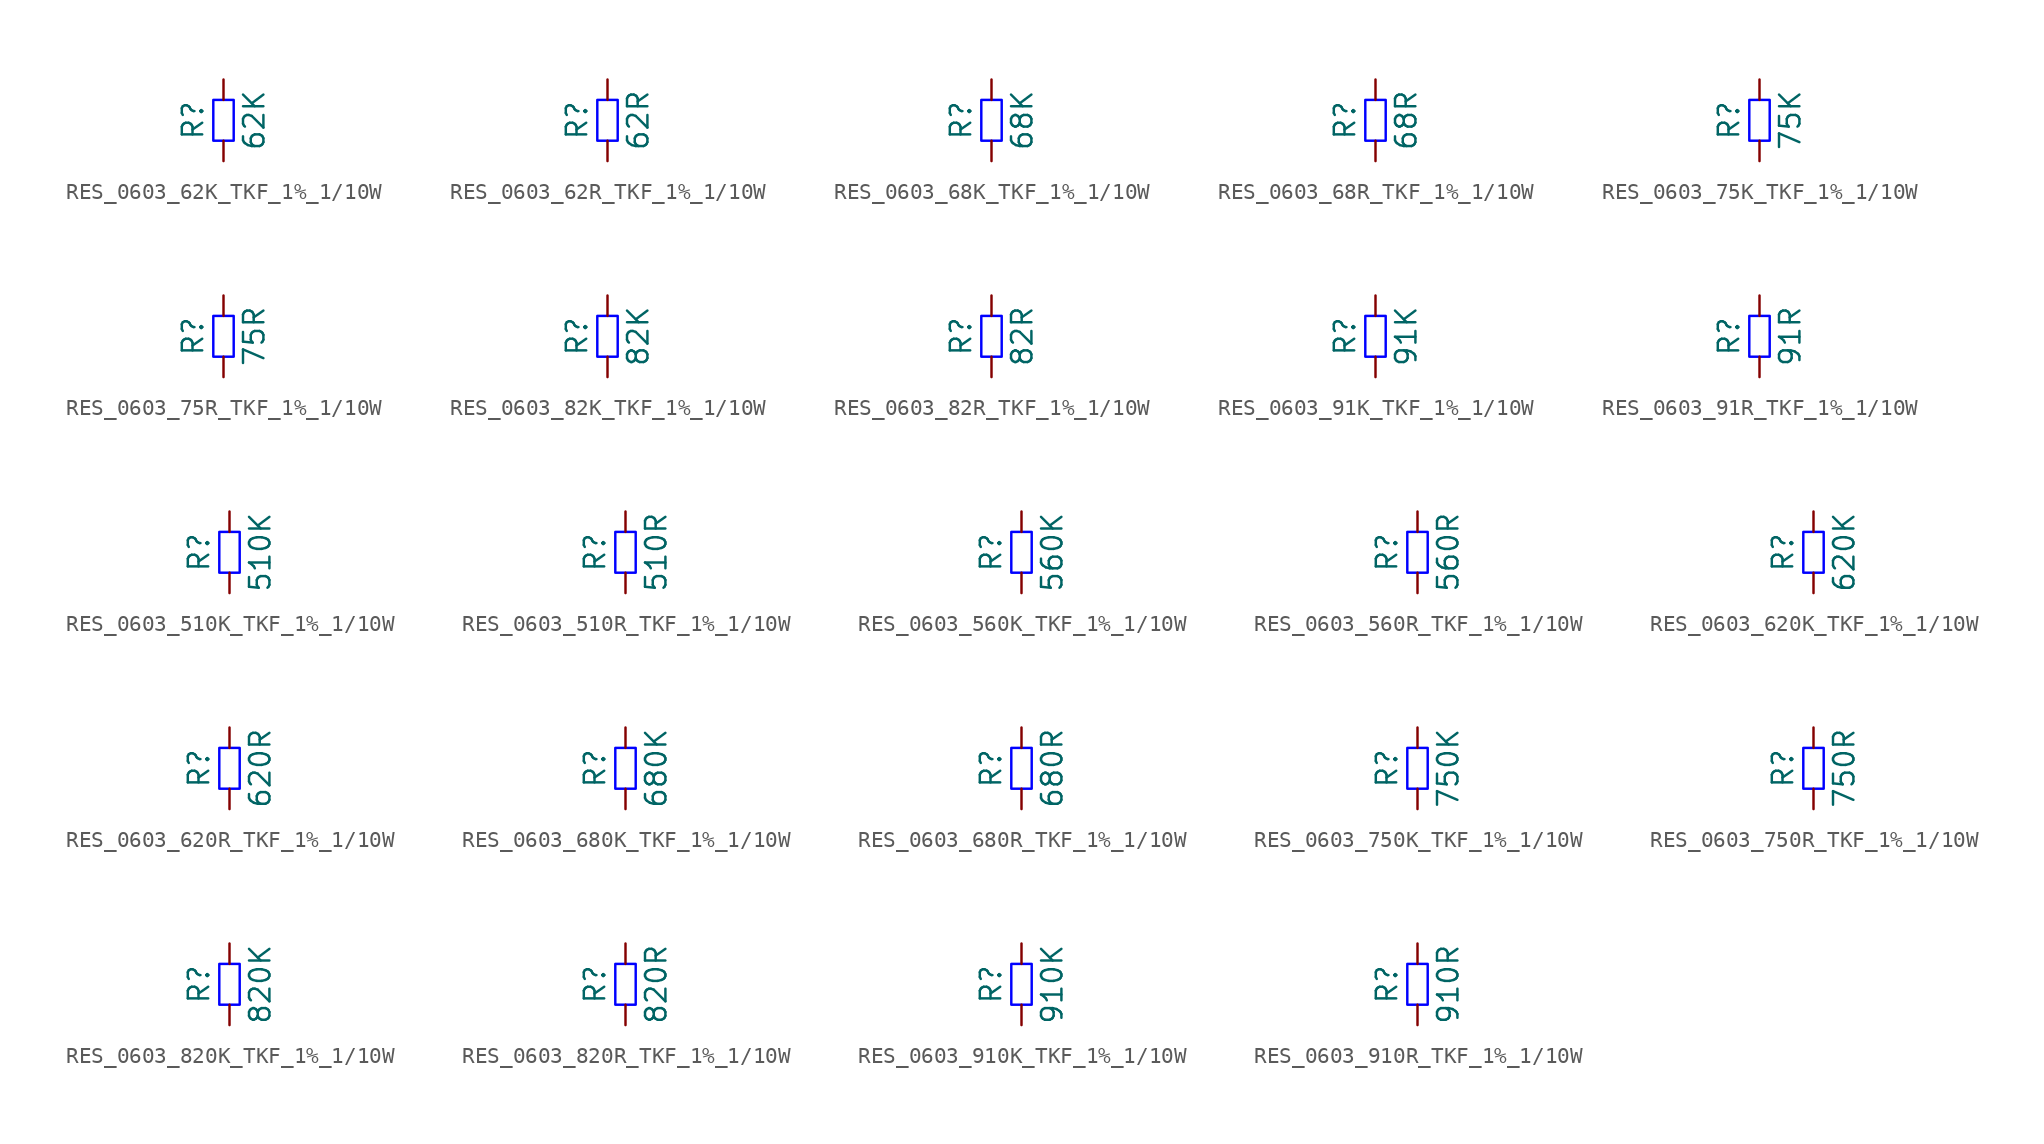
<source format=kicad_sym>
(kicad_symbol_lib
  (version 20220914)
  (generator kicad_symbol_editor)
  (symbol "RES_0603_62K_TKF_1%_1/10W"
    (pin_numbers hide)
    (pin_names
      (offset 0) hide)
    (property "Reference" "R"
      (at -1.905 0 90)
      (do_not_autoplace)
      (effects (font (size 1.27 1.27))))
    (property "Value" "62K"
      (at 1.905 0 90)
      (do_not_autoplace)
      (effects (font (size 1.27 1.27))))
    (symbol "RES_0603_62K_TKF_1%_1/10W_1_1"
      (rectangle (start -0.635 -1.27) (end 0.635 1.27) (stroke (width 0) (type solid) (color 0 0 255 1)) (fill (type none)))
      (pin passive line (at 0 -2.54 90) (length 1.27) (name "~" (effects (font (size 1.27 1.27)))) (number "1" (effects (font (size 1.27 1.27)))))
      (pin passive line (at 0 2.54 270) (length 1.27) (name "~" (effects (font (size 1.27 1.27)))) (number "2" (effects (font (size 1.27 1.27)))))))
  (symbol "RES_0603_62R_TKF_1%_1/10W"
    (pin_numbers hide)
    (pin_names
      (offset 0) hide)
    (property "Reference" "R"
      (at -1.905 0 90)
      (do_not_autoplace)
      (effects (font (size 1.27 1.27))))
    (property "Value" "62R"
      (at 1.905 0 90)
      (do_not_autoplace)
      (effects (font (size 1.27 1.27))))
    (symbol "RES_0603_62R_TKF_1%_1/10W_1_1"
      (rectangle (start -0.635 -1.27) (end 0.635 1.27) (stroke (width 0) (type solid) (color 0 0 255 1)) (fill (type none)))
      (pin passive line (at 0 -2.54 90) (length 1.27) (name "~" (effects (font (size 1.27 1.27)))) (number "1" (effects (font (size 1.27 1.27)))))
      (pin passive line (at 0 2.54 270) (length 1.27) (name "~" (effects (font (size 1.27 1.27)))) (number "2" (effects (font (size 1.27 1.27)))))))
  (symbol "RES_0603_68K_TKF_1%_1/10W"
    (pin_numbers hide)
    (pin_names
      (offset 0) hide)
    (property "Reference" "R"
      (at -1.905 0 90)
      (do_not_autoplace)
      (effects (font (size 1.27 1.27))))
    (property "Value" "68K"
      (at 1.905 0 90)
      (do_not_autoplace)
      (effects (font (size 1.27 1.27))))
    (symbol "RES_0603_68K_TKF_1%_1/10W_1_1"
      (rectangle (start -0.635 -1.27) (end 0.635 1.27) (stroke (width 0) (type solid) (color 0 0 255 1)) (fill (type none)))
      (pin passive line (at 0 -2.54 90) (length 1.27) (name "~" (effects (font (size 1.27 1.27)))) (number "1" (effects (font (size 1.27 1.27)))))
      (pin passive line (at 0 2.54 270) (length 1.27) (name "~" (effects (font (size 1.27 1.27)))) (number "2" (effects (font (size 1.27 1.27)))))))
  (symbol "RES_0603_68R_TKF_1%_1/10W"
    (pin_numbers hide)
    (pin_names
      (offset 0) hide)
    (property "Reference" "R"
      (at -1.905 0 90)
      (do_not_autoplace)
      (effects (font (size 1.27 1.27))))
    (property "Value" "68R"
      (at 1.905 0 90)
      (do_not_autoplace)
      (effects (font (size 1.27 1.27))))
    (symbol "RES_0603_68R_TKF_1%_1/10W_1_1"
      (rectangle (start -0.635 -1.27) (end 0.635 1.27) (stroke (width 0) (type solid) (color 0 0 255 1)) (fill (type none)))
      (pin passive line (at 0 -2.54 90) (length 1.27) (name "~" (effects (font (size 1.27 1.27)))) (number "1" (effects (font (size 1.27 1.27)))))
      (pin passive line (at 0 2.54 270) (length 1.27) (name "~" (effects (font (size 1.27 1.27)))) (number "2" (effects (font (size 1.27 1.27)))))))
  (symbol "RES_0603_75K_TKF_1%_1/10W"
    (pin_numbers hide)
    (pin_names
      (offset 0) hide)
    (property "Reference" "R"
      (at -1.905 0 90)
      (do_not_autoplace)
      (effects (font (size 1.27 1.27))))
    (property "Value" "75K"
      (at 1.905 0 90)
      (do_not_autoplace)
      (effects (font (size 1.27 1.27))))
    (symbol "RES_0603_75K_TKF_1%_1/10W_1_1"
      (rectangle (start -0.635 -1.27) (end 0.635 1.27) (stroke (width 0) (type solid) (color 0 0 255 1)) (fill (type none)))
      (pin passive line (at 0 -2.54 90) (length 1.27) (name "~" (effects (font (size 1.27 1.27)))) (number "1" (effects (font (size 1.27 1.27)))))
      (pin passive line (at 0 2.54 270) (length 1.27) (name "~" (effects (font (size 1.27 1.27)))) (number "2" (effects (font (size 1.27 1.27)))))))
  (symbol "RES_0603_75R_TKF_1%_1/10W"
    (pin_numbers hide)
    (pin_names
      (offset 0) hide)
    (property "Reference" "R"
      (at -1.905 0 90)
      (do_not_autoplace)
      (effects (font (size 1.27 1.27))))
    (property "Value" "75R"
      (at 1.905 0 90)
      (do_not_autoplace)
      (effects (font (size 1.27 1.27))))
    (symbol "RES_0603_75R_TKF_1%_1/10W_1_1"
      (rectangle (start -0.635 -1.27) (end 0.635 1.27) (stroke (width 0) (type solid) (color 0 0 255 1)) (fill (type none)))
      (pin passive line (at 0 -2.54 90) (length 1.27) (name "~" (effects (font (size 1.27 1.27)))) (number "1" (effects (font (size 1.27 1.27)))))
      (pin passive line (at 0 2.54 270) (length 1.27) (name "~" (effects (font (size 1.27 1.27)))) (number "2" (effects (font (size 1.27 1.27)))))))
  (symbol "RES_0603_82K_TKF_1%_1/10W"
    (pin_numbers hide)
    (pin_names
      (offset 0) hide)
    (property "Reference" "R"
      (at -1.905 0 90)
      (do_not_autoplace)
      (effects (font (size 1.27 1.27))))
    (property "Value" "82K"
      (at 1.905 0 90)
      (do_not_autoplace)
      (effects (font (size 1.27 1.27))))
    (symbol "RES_0603_82K_TKF_1%_1/10W_1_1"
      (rectangle (start -0.635 -1.27) (end 0.635 1.27) (stroke (width 0) (type solid) (color 0 0 255 1)) (fill (type none)))
      (pin passive line (at 0 -2.54 90) (length 1.27) (name "~" (effects (font (size 1.27 1.27)))) (number "1" (effects (font (size 1.27 1.27)))))
      (pin passive line (at 0 2.54 270) (length 1.27) (name "~" (effects (font (size 1.27 1.27)))) (number "2" (effects (font (size 1.27 1.27)))))))
  (symbol "RES_0603_82R_TKF_1%_1/10W"
    (pin_numbers hide)
    (pin_names
      (offset 0) hide)
    (property "Reference" "R"
      (at -1.905 0 90)
      (do_not_autoplace)
      (effects (font (size 1.27 1.27))))
    (property "Value" "82R"
      (at 1.905 0 90)
      (do_not_autoplace)
      (effects (font (size 1.27 1.27))))
    (symbol "RES_0603_82R_TKF_1%_1/10W_1_1"
      (rectangle (start -0.635 -1.27) (end 0.635 1.27) (stroke (width 0) (type solid) (color 0 0 255 1)) (fill (type none)))
      (pin passive line (at 0 -2.54 90) (length 1.27) (name "~" (effects (font (size 1.27 1.27)))) (number "1" (effects (font (size 1.27 1.27)))))
      (pin passive line (at 0 2.54 270) (length 1.27) (name "~" (effects (font (size 1.27 1.27)))) (number "2" (effects (font (size 1.27 1.27)))))))
  (symbol "RES_0603_91K_TKF_1%_1/10W"
    (pin_numbers hide)
    (pin_names
      (offset 0) hide)
    (property "Reference" "R"
      (at -1.905 0 90)
      (do_not_autoplace)
      (effects (font (size 1.27 1.27))))
    (property "Value" "91K"
      (at 1.905 0 90)
      (do_not_autoplace)
      (effects (font (size 1.27 1.27))))
    (symbol "RES_0603_91K_TKF_1%_1/10W_1_1"
      (rectangle (start -0.635 -1.27) (end 0.635 1.27) (stroke (width 0) (type solid) (color 0 0 255 1)) (fill (type none)))
      (pin passive line (at 0 -2.54 90) (length 1.27) (name "~" (effects (font (size 1.27 1.27)))) (number "1" (effects (font (size 1.27 1.27)))))
      (pin passive line (at 0 2.54 270) (length 1.27) (name "~" (effects (font (size 1.27 1.27)))) (number "2" (effects (font (size 1.27 1.27)))))))
  (symbol "RES_0603_91R_TKF_1%_1/10W"
    (pin_numbers hide)
    (pin_names
      (offset 0) hide)
    (property "Reference" "R"
      (at -1.905 0 90)
      (do_not_autoplace)
      (effects (font (size 1.27 1.27))))
    (property "Value" "91R"
      (at 1.905 0 90)
      (do_not_autoplace)
      (effects (font (size 1.27 1.27))))
    (symbol "RES_0603_91R_TKF_1%_1/10W_1_1"
      (rectangle (start -0.635 -1.27) (end 0.635 1.27) (stroke (width 0) (type solid) (color 0 0 255 1)) (fill (type none)))
      (pin passive line (at 0 -2.54 90) (length 1.27) (name "~" (effects (font (size 1.27 1.27)))) (number "1" (effects (font (size 1.27 1.27)))))
      (pin passive line (at 0 2.54 270) (length 1.27) (name "~" (effects (font (size 1.27 1.27)))) (number "2" (effects (font (size 1.27 1.27)))))))
  (symbol "RES_0603_510K_TKF_1%_1/10W"
    (pin_numbers hide)
    (pin_names
      (offset 0) hide)
    (property "Reference" "R"
      (at -1.905 0 90)
      (do_not_autoplace)
      (effects (font (size 1.27 1.27))))
    (property "Value" "510K"
      (at 1.905 0 90)
      (do_not_autoplace)
      (effects (font (size 1.27 1.27))))
    (symbol "RES_0603_510K_TKF_1%_1/10W_1_1"
      (rectangle (start -0.635 -1.27) (end 0.635 1.27) (stroke (width 0) (type solid) (color 0 0 255 1)) (fill (type none)))
      (pin passive line (at 0 -2.54 90) (length 1.27) (name "~" (effects (font (size 1.27 1.27)))) (number "1" (effects (font (size 1.27 1.27)))))
      (pin passive line (at 0 2.54 270) (length 1.27) (name "~" (effects (font (size 1.27 1.27)))) (number "2" (effects (font (size 1.27 1.27)))))))
  (symbol "RES_0603_510R_TKF_1%_1/10W"
    (pin_numbers hide)
    (pin_names
      (offset 0) hide)
    (property "Reference" "R"
      (at -1.905 0 90)
      (do_not_autoplace)
      (effects (font (size 1.27 1.27))))
    (property "Value" "510R"
      (at 1.905 0 90)
      (do_not_autoplace)
      (effects (font (size 1.27 1.27))))
    (symbol "RES_0603_510R_TKF_1%_1/10W_1_1"
      (rectangle (start -0.635 -1.27) (end 0.635 1.27) (stroke (width 0) (type solid) (color 0 0 255 1)) (fill (type none)))
      (pin passive line (at 0 -2.54 90) (length 1.27) (name "~" (effects (font (size 1.27 1.27)))) (number "1" (effects (font (size 1.27 1.27)))))
      (pin passive line (at 0 2.54 270) (length 1.27) (name "~" (effects (font (size 1.27 1.27)))) (number "2" (effects (font (size 1.27 1.27)))))))
  (symbol "RES_0603_560K_TKF_1%_1/10W"
    (pin_numbers hide)
    (pin_names
      (offset 0) hide)
    (property "Reference" "R"
      (at -1.905 0 90)
      (do_not_autoplace)
      (effects (font (size 1.27 1.27))))
    (property "Value" "560K"
      (at 1.905 0 90)
      (do_not_autoplace)
      (effects (font (size 1.27 1.27))))
    (symbol "RES_0603_560K_TKF_1%_1/10W_1_1"
      (rectangle (start -0.635 -1.27) (end 0.635 1.27) (stroke (width 0) (type solid) (color 0 0 255 1)) (fill (type none)))
      (pin passive line (at 0 -2.54 90) (length 1.27) (name "~" (effects (font (size 1.27 1.27)))) (number "1" (effects (font (size 1.27 1.27)))))
      (pin passive line (at 0 2.54 270) (length 1.27) (name "~" (effects (font (size 1.27 1.27)))) (number "2" (effects (font (size 1.27 1.27)))))))
  (symbol "RES_0603_560R_TKF_1%_1/10W"
    (pin_numbers hide)
    (pin_names
      (offset 0) hide)
    (property "Reference" "R"
      (at -1.905 0 90)
      (do_not_autoplace)
      (effects (font (size 1.27 1.27))))
    (property "Value" "560R"
      (at 1.905 0 90)
      (do_not_autoplace)
      (effects (font (size 1.27 1.27))))
    (symbol "RES_0603_560R_TKF_1%_1/10W_1_1"
      (rectangle (start -0.635 -1.27) (end 0.635 1.27) (stroke (width 0) (type solid) (color 0 0 255 1)) (fill (type none)))
      (pin passive line (at 0 -2.54 90) (length 1.27) (name "~" (effects (font (size 1.27 1.27)))) (number "1" (effects (font (size 1.27 1.27)))))
      (pin passive line (at 0 2.54 270) (length 1.27) (name "~" (effects (font (size 1.27 1.27)))) (number "2" (effects (font (size 1.27 1.27)))))))
  (symbol "RES_0603_620K_TKF_1%_1/10W"
    (pin_numbers hide)
    (pin_names
      (offset 0) hide)
    (property "Reference" "R"
      (at -1.905 0 90)
      (do_not_autoplace)
      (effects (font (size 1.27 1.27))))
    (property "Value" "620K"
      (at 1.905 0 90)
      (do_not_autoplace)
      (effects (font (size 1.27 1.27))))
    (symbol "RES_0603_620K_TKF_1%_1/10W_1_1"
      (rectangle (start -0.635 -1.27) (end 0.635 1.27) (stroke (width 0) (type solid) (color 0 0 255 1)) (fill (type none)))
      (pin passive line (at 0 -2.54 90) (length 1.27) (name "~" (effects (font (size 1.27 1.27)))) (number "1" (effects (font (size 1.27 1.27)))))
      (pin passive line (at 0 2.54 270) (length 1.27) (name "~" (effects (font (size 1.27 1.27)))) (number "2" (effects (font (size 1.27 1.27)))))))
  (symbol "RES_0603_620R_TKF_1%_1/10W"
    (pin_numbers hide)
    (pin_names
      (offset 0) hide)
    (property "Reference" "R"
      (at -1.905 0 90)
      (do_not_autoplace)
      (effects (font (size 1.27 1.27))))
    (property "Value" "620R"
      (at 1.905 0 90)
      (do_not_autoplace)
      (effects (font (size 1.27 1.27))))
    (symbol "RES_0603_620R_TKF_1%_1/10W_1_1"
      (rectangle (start -0.635 -1.27) (end 0.635 1.27) (stroke (width 0) (type solid) (color 0 0 255 1)) (fill (type none)))
      (pin passive line (at 0 -2.54 90) (length 1.27) (name "~" (effects (font (size 1.27 1.27)))) (number "1" (effects (font (size 1.27 1.27)))))
      (pin passive line (at 0 2.54 270) (length 1.27) (name "~" (effects (font (size 1.27 1.27)))) (number "2" (effects (font (size 1.27 1.27)))))))
  (symbol "RES_0603_680K_TKF_1%_1/10W"
    (pin_numbers hide)
    (pin_names
      (offset 0) hide)
    (property "Reference" "R"
      (at -1.905 0 90)
      (do_not_autoplace)
      (effects (font (size 1.27 1.27))))
    (property "Value" "680K"
      (at 1.905 0 90)
      (do_not_autoplace)
      (effects (font (size 1.27 1.27))))
    (symbol "RES_0603_680K_TKF_1%_1/10W_1_1"
      (rectangle (start -0.635 -1.27) (end 0.635 1.27) (stroke (width 0) (type solid) (color 0 0 255 1)) (fill (type none)))
      (pin passive line (at 0 -2.54 90) (length 1.27) (name "~" (effects (font (size 1.27 1.27)))) (number "1" (effects (font (size 1.27 1.27)))))
      (pin passive line (at 0 2.54 270) (length 1.27) (name "~" (effects (font (size 1.27 1.27)))) (number "2" (effects (font (size 1.27 1.27)))))))
  (symbol "RES_0603_680R_TKF_1%_1/10W"
    (pin_numbers hide)
    (pin_names
      (offset 0) hide)
    (property "Reference" "R"
      (at -1.905 0 90)
      (do_not_autoplace)
      (effects (font (size 1.27 1.27))))
    (property "Value" "680R"
      (at 1.905 0 90)
      (do_not_autoplace)
      (effects (font (size 1.27 1.27))))
    (symbol "RES_0603_680R_TKF_1%_1/10W_1_1"
      (rectangle (start -0.635 -1.27) (end 0.635 1.27) (stroke (width 0) (type solid) (color 0 0 255 1)) (fill (type none)))
      (pin passive line (at 0 -2.54 90) (length 1.27) (name "~" (effects (font (size 1.27 1.27)))) (number "1" (effects (font (size 1.27 1.27)))))
      (pin passive line (at 0 2.54 270) (length 1.27) (name "~" (effects (font (size 1.27 1.27)))) (number "2" (effects (font (size 1.27 1.27)))))))
  (symbol "RES_0603_750K_TKF_1%_1/10W"
    (pin_numbers hide)
    (pin_names
      (offset 0) hide)
    (property "Reference" "R"
      (at -1.905 0 90)
      (do_not_autoplace)
      (effects (font (size 1.27 1.27))))
    (property "Value" "750K"
      (at 1.905 0 90)
      (do_not_autoplace)
      (effects (font (size 1.27 1.27))))
    (symbol "RES_0603_750K_TKF_1%_1/10W_1_1"
      (rectangle (start -0.635 -1.27) (end 0.635 1.27) (stroke (width 0) (type solid) (color 0 0 255 1)) (fill (type none)))
      (pin passive line (at 0 -2.54 90) (length 1.27) (name "~" (effects (font (size 1.27 1.27)))) (number "1" (effects (font (size 1.27 1.27)))))
      (pin passive line (at 0 2.54 270) (length 1.27) (name "~" (effects (font (size 1.27 1.27)))) (number "2" (effects (font (size 1.27 1.27)))))))
  (symbol "RES_0603_750R_TKF_1%_1/10W"
    (pin_numbers hide)
    (pin_names
      (offset 0) hide)
    (property "Reference" "R"
      (at -1.905 0 90)
      (do_not_autoplace)
      (effects (font (size 1.27 1.27))))
    (property "Value" "750R"
      (at 1.905 0 90)
      (do_not_autoplace)
      (effects (font (size 1.27 1.27))))
    (symbol "RES_0603_750R_TKF_1%_1/10W_1_1"
      (rectangle (start -0.635 -1.27) (end 0.635 1.27) (stroke (width 0) (type solid) (color 0 0 255 1)) (fill (type none)))
      (pin passive line (at 0 -2.54 90) (length 1.27) (name "~" (effects (font (size 1.27 1.27)))) (number "1" (effects (font (size 1.27 1.27)))))
      (pin passive line (at 0 2.54 270) (length 1.27) (name "~" (effects (font (size 1.27 1.27)))) (number "2" (effects (font (size 1.27 1.27)))))))
  (symbol "RES_0603_820K_TKF_1%_1/10W"
    (pin_numbers hide)
    (pin_names
      (offset 0) hide)
    (property "Reference" "R"
      (at -1.905 0 90)
      (do_not_autoplace)
      (effects (font (size 1.27 1.27))))
    (property "Value" "820K"
      (at 1.905 0 90)
      (do_not_autoplace)
      (effects (font (size 1.27 1.27))))
    (symbol "RES_0603_820K_TKF_1%_1/10W_1_1"
      (rectangle (start -0.635 -1.27) (end 0.635 1.27) (stroke (width 0) (type solid) (color 0 0 255 1)) (fill (type none)))
      (pin passive line (at 0 -2.54 90) (length 1.27) (name "~" (effects (font (size 1.27 1.27)))) (number "1" (effects (font (size 1.27 1.27)))))
      (pin passive line (at 0 2.54 270) (length 1.27) (name "~" (effects (font (size 1.27 1.27)))) (number "2" (effects (font (size 1.27 1.27)))))))
  (symbol "RES_0603_820R_TKF_1%_1/10W"
    (pin_numbers hide)
    (pin_names
      (offset 0) hide)
    (property "Reference" "R"
      (at -1.905 0 90)
      (do_not_autoplace)
      (effects (font (size 1.27 1.27))))
    (property "Value" "820R"
      (at 1.905 0 90)
      (do_not_autoplace)
      (effects (font (size 1.27 1.27))))
    (symbol "RES_0603_820R_TKF_1%_1/10W_1_1"
      (rectangle (start -0.635 -1.27) (end 0.635 1.27) (stroke (width 0) (type solid) (color 0 0 255 1)) (fill (type none)))
      (pin passive line (at 0 -2.54 90) (length 1.27) (name "~" (effects (font (size 1.27 1.27)))) (number "1" (effects (font (size 1.27 1.27)))))
      (pin passive line (at 0 2.54 270) (length 1.27) (name "~" (effects (font (size 1.27 1.27)))) (number "2" (effects (font (size 1.27 1.27)))))))
  (symbol "RES_0603_910K_TKF_1%_1/10W"
    (pin_numbers hide)
    (pin_names
      (offset 0) hide)
    (property "Reference" "R"
      (at -1.905 0 90)
      (do_not_autoplace)
      (effects (font (size 1.27 1.27))))
    (property "Value" "910K"
      (at 1.905 0 90)
      (do_not_autoplace)
      (effects (font (size 1.27 1.27))))
    (symbol "RES_0603_910K_TKF_1%_1/10W_1_1"
      (rectangle (start -0.635 -1.27) (end 0.635 1.27) (stroke (width 0) (type solid) (color 0 0 255 1)) (fill (type none)))
      (pin passive line (at 0 -2.54 90) (length 1.27) (name "~" (effects (font (size 1.27 1.27)))) (number "1" (effects (font (size 1.27 1.27)))))
      (pin passive line (at 0 2.54 270) (length 1.27) (name "~" (effects (font (size 1.27 1.27)))) (number "2" (effects (font (size 1.27 1.27)))))))
  (symbol "RES_0603_910R_TKF_1%_1/10W"
    (pin_numbers hide)
    (pin_names
      (offset 0) hide)
    (property "Reference" "R"
      (at -1.905 0 90)
      (do_not_autoplace)
      (effects (font (size 1.27 1.27))))
    (property "Value" "910R"
      (at 1.905 0 90)
      (do_not_autoplace)
      (effects (font (size 1.27 1.27))))
    (symbol "RES_0603_910R_TKF_1%_1/10W_1_1"
      (rectangle (start -0.635 -1.27) (end 0.635 1.27) (stroke (width 0) (type solid) (color 0 0 255 1)) (fill (type none)))
      (pin passive line (at 0 -2.54 90) (length 1.27) (name "~" (effects (font (size 1.27 1.27)))) (number "1" (effects (font (size 1.27 1.27)))))
      (pin passive line (at 0 2.54 270) (length 1.27) (name "~" (effects (font (size 1.27 1.27)))) (number "2" (effects (font (size 1.27 1.27))))))))
</source>
